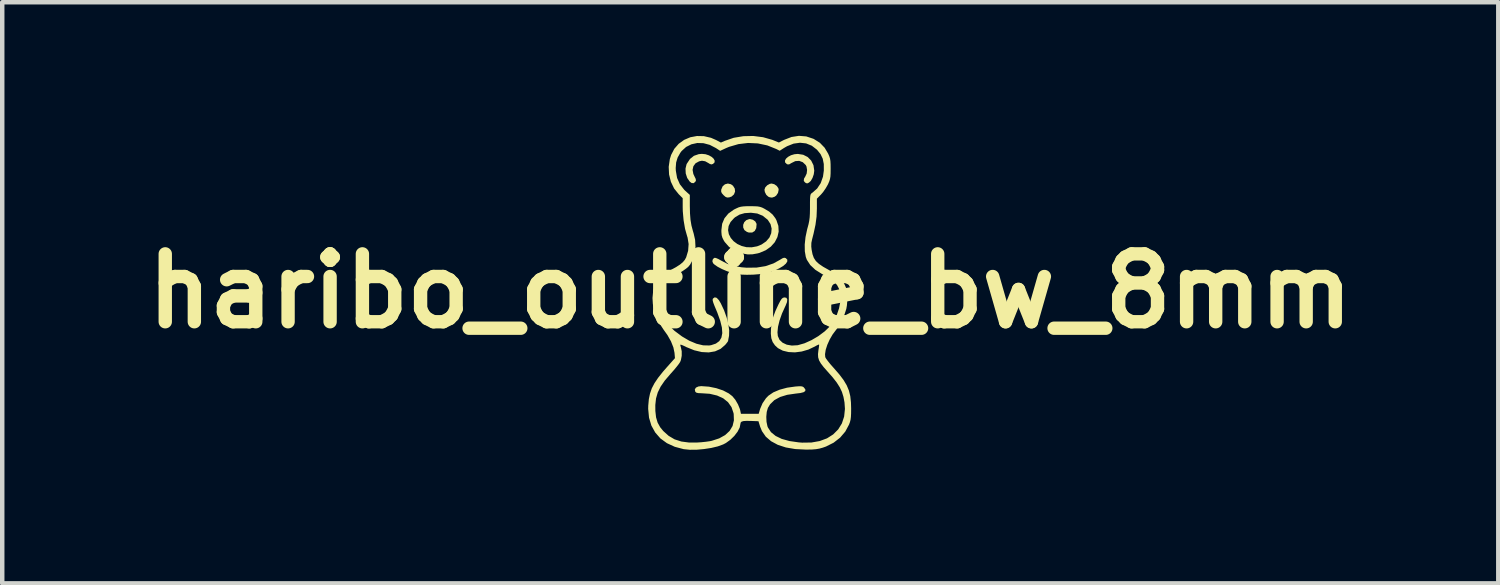
<source format=kicad_pcb>
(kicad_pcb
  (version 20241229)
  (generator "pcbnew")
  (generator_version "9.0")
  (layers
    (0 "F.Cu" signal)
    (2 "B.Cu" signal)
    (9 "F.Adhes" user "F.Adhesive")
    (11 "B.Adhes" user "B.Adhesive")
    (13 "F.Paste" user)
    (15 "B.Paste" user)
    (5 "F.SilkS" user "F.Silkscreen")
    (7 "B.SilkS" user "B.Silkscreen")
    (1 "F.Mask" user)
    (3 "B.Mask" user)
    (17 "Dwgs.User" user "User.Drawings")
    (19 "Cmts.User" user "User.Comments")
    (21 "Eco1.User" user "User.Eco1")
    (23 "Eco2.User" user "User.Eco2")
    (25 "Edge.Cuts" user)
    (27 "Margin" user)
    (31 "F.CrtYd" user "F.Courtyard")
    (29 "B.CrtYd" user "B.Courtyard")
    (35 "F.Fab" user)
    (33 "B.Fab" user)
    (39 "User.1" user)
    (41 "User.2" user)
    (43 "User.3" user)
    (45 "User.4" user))
  (footprint "haribo_outline_bw_8mm"
    (layer "F.Cu")
    (at 13.796 3.485)
    (property "Reference" "haribo_outline_bw_8mm" (at 0 0 0) (layer "F.SilkS") (effects (font (size 1.524 1.524) (thickness 0.3))))
    (attr board_only exclude_from_pos_files exclude_from_bom)
    (fp_poly (pts (xy -0.434 -2.398) (xy -0.388 -2.365) (xy -0.348 -2.301) (xy -0.341 -2.233) (xy -0.366 -2.17) (xy -0.419 -2.122) (xy -0.473 -2.103) (xy -0.52 -2.1) (xy -0.558 -2.116) (xy -0.6 -2.153) (xy -0.64 -2.199) (xy -0.654 -2.238) (xy -0.651 -2.28) (xy -0.62 -2.352) (xy -0.568 -2.397) (xy -0.502 -2.414)) (stroke (width 0) (type solid)) (fill yes) (layer "F.SilkS"))
    (fp_poly (pts (xy 0.059 -1.601) (xy 0.112 -1.564) (xy 0.14 -1.513) (xy 0.142 -1.501) (xy 0.134 -1.412) (xy 0.1 -1.348) (xy 0.044 -1.314) (xy -0.03 -1.313) (xy -0.075 -1.328) (xy -0.131 -1.368) (xy -0.158 -1.425) (xy -0.159 -1.487) (xy -0.135 -1.546) (xy -0.09 -1.591) (xy -0.025 -1.615) (xy -0.004 -1.616)) (stroke (width 0) (type solid)) (fill yes) (layer "F.SilkS"))
    (fp_poly (pts (xy 0.539 -2.399) (xy 0.594 -2.361) (xy 0.63 -2.311) (xy 0.638 -2.276) (xy 0.623 -2.204) (xy 0.583 -2.144) (xy 0.546 -2.117) (xy 0.488 -2.098) (xy 0.438 -2.105) (xy 0.406 -2.118) (xy 0.36 -2.16) (xy 0.328 -2.223) (xy 0.319 -2.276) (xy 0.337 -2.328) (xy 0.381 -2.375) (xy 0.439 -2.407) (xy 0.479 -2.414)) (stroke (width 0) (type solid)) (fill yes) (layer "F.SilkS"))
    (fp_poly (pts (xy -1.004 -3.072) (xy -0.928 -3.047) (xy -0.865 -3.011) (xy -0.82 -2.969) (xy -0.798 -2.925) (xy -0.804 -2.884) (xy -0.839 -2.853) (xy -0.876 -2.843) (xy -0.918 -2.859) (xy -0.933 -2.87) (xy -1.012 -2.914) (xy -1.085 -2.926) (xy -1.147 -2.913) (xy -1.228 -2.869) (xy -1.277 -2.803) (xy -1.295 -2.721) (xy -1.278 -2.629) (xy -1.252 -2.573) (xy -1.225 -2.518) (xy -1.22 -2.481) (xy -1.229 -2.46) (xy -1.269 -2.423) (xy -1.316 -2.425) (xy -1.357 -2.455) (xy -1.416 -2.539) (xy -1.449 -2.641) (xy -1.454 -2.749) (xy -1.43 -2.848) (xy -1.424 -2.859) (xy -1.353 -2.966) (xy -1.264 -3.037) (xy -1.156 -3.074) (xy -1.087 -3.08)) (stroke (width 0) (type solid)) (fill yes) (layer "F.SilkS"))
    (fp_poly (pts (xy 1.189 -3.06) (xy 1.29 -3.009) (xy 1.368 -2.929) (xy 1.419 -2.826) (xy 1.437 -2.703) (xy 1.437 -2.702) (xy 1.426 -2.621) (xy 1.398 -2.54) (xy 1.36 -2.473) (xy 1.318 -2.435) (xy 1.284 -2.418) (xy 1.262 -2.42) (xy 1.232 -2.436) (xy 1.202 -2.472) (xy 1.207 -2.524) (xy 1.237 -2.574) (xy 1.267 -2.639) (xy 1.276 -2.719) (xy 1.263 -2.795) (xy 1.246 -2.829) (xy 1.179 -2.893) (xy 1.099 -2.923) (xy 1.011 -2.917) (xy 0.924 -2.874) (xy 0.92 -2.872) (xy 0.875 -2.845) (xy 0.84 -2.843) (xy 0.82 -2.852) (xy 0.783 -2.887) (xy 0.779 -2.929) (xy 0.803 -2.973) (xy 0.85 -3.014) (xy 0.914 -3.049) (xy 0.992 -3.072) (xy 1.068 -3.079)) (stroke (width 0) (type solid)) (fill yes) (layer "F.SilkS"))
    (fp_poly (pts (xy 0.791 -0.742) (xy 0.797 -0.739) (xy 0.832 -0.705) (xy 0.831 -0.662) (xy 0.799 -0.614) (xy 0.738 -0.562) (xy 0.652 -0.51) (xy 0.544 -0.46) (xy 0.429 -0.419) (xy 0.33 -0.396) (xy 0.205 -0.379) (xy 0.066 -0.368) (xy -0.074 -0.365) (xy -0.202 -0.369) (xy -0.293 -0.38) (xy -0.405 -0.407) (xy -0.523 -0.446) (xy -0.635 -0.494) (xy -0.734 -0.546) (xy -0.808 -0.598) (xy -0.835 -0.625) (xy -0.851 -0.67) (xy -0.839 -0.717) (xy -0.805 -0.746) (xy -0.773 -0.743) (xy -0.718 -0.72) (xy -0.659 -0.687) (xy -0.516 -0.612) (xy -0.364 -0.562) (xy -0.193 -0.533) (xy -0.08 -0.524) (xy 0.143 -0.527) (xy 0.342 -0.559) (xy 0.52 -0.62) (xy 0.665 -0.7) (xy 0.722 -0.735) (xy 0.76 -0.748)) (stroke (width 0) (type solid)) (fill yes) (layer "F.SilkS"))
    (fp_poly (pts (xy 0.098 -1.904) (xy 0.168 -1.9) (xy 0.22 -1.89) (xy 0.267 -1.874) (xy 0.311 -1.852) (xy 0.422 -1.786) (xy 0.502 -1.717) (xy 0.563 -1.636) (xy 0.587 -1.592) (xy 0.631 -1.463) (xy 0.638 -1.335) (xy 0.61 -1.212) (xy 0.551 -1.097) (xy 0.462 -0.997) (xy 0.347 -0.916) (xy 0.208 -0.857) (xy 0.163 -0.845) (xy 0.044 -0.824) (xy -0.061 -0.823) (xy -0.173 -0.843) (xy -0.196 -0.849) (xy -0.351 -0.907) (xy -0.476 -0.991) (xy -0.573 -1.101) (xy -0.594 -1.134) (xy -0.625 -1.195) (xy -0.642 -1.254) (xy -0.648 -1.327) (xy -0.648 -1.367) (xy -0.648 -1.367) (xy -0.498 -1.367) (xy -0.481 -1.277) (xy -0.438 -1.193) (xy -0.374 -1.119) (xy -0.291 -1.057) (xy -0.194 -1.012) (xy -0.085 -0.985) (xy 0.032 -0.982) (xy 0.154 -1.004) (xy 0.254 -1.045) (xy 0.356 -1.115) (xy 0.43 -1.201) (xy 0.471 -1.299) (xy 0.48 -1.402) (xy 0.455 -1.503) (xy 0.395 -1.596) (xy 0.385 -1.606) (xy 0.279 -1.691) (xy 0.157 -1.741) (xy 0.016 -1.758) (xy 0.011 -1.758) (xy -0.127 -1.749) (xy -0.239 -1.717) (xy -0.336 -1.66) (xy -0.362 -1.639) (xy -0.442 -1.551) (xy -0.486 -1.46) (xy -0.498 -1.367) (xy -0.648 -1.367) (xy -0.631 -1.51) (xy -0.579 -1.634) (xy -0.492 -1.74) (xy -0.369 -1.828) (xy -0.319 -1.853) (xy -0.264 -1.878) (xy -0.212 -1.893) (xy -0.153 -1.901) (xy -0.074 -1.905) (xy 0 -1.905)) (stroke (width 0) (type solid)) (fill yes) (layer "F.SilkS"))
    (fp_poly (pts (xy 1.257 -3.472) (xy 1.417 -3.419) (xy 1.429 -3.413) (xy 1.563 -3.329) (xy 1.67 -3.218) (xy 1.75 -3.083) (xy 1.775 -3.025) (xy 1.791 -2.974) (xy 1.8 -2.919) (xy 1.804 -2.847) (xy 1.805 -2.747) (xy 1.805 -2.744) (xy 1.804 -2.643) (xy 1.8 -2.571) (xy 1.79 -2.515) (xy 1.774 -2.463) (xy 1.748 -2.403) (xy 1.744 -2.394) (xy 1.696 -2.31) (xy 1.637 -2.224) (xy 1.59 -2.169) (xy 1.496 -2.074) (xy 1.496 -1.85) (xy 1.489 -1.672) (xy 1.465 -1.491) (xy 1.423 -1.295) (xy 1.389 -1.163) (xy 1.372 -1.082) (xy 1.37 -0.999) (xy 1.378 -0.928) (xy 1.398 -0.826) (xy 1.428 -0.743) (xy 1.474 -0.673) (xy 1.542 -0.61) (xy 1.637 -0.545) (xy 1.749 -0.482) (xy 1.867 -0.415) (xy 1.956 -0.355) (xy 2.022 -0.294) (xy 2.074 -0.226) (xy 2.117 -0.149) (xy 2.151 -0.072) (xy 2.171 -0.006) (xy 2.18 0.069) (xy 2.181 0.134) (xy 2.178 0.228) (xy 2.17 0.324) (xy 2.157 0.399) (xy 2.12 0.515) (xy 2.068 0.64) (xy 2.005 0.758) (xy 1.94 0.855) (xy 1.925 0.874) (xy 1.849 0.975) (xy 1.783 1.089) (xy 1.73 1.207) (xy 1.694 1.319) (xy 1.679 1.418) (xy 1.684 1.484) (xy 1.701 1.516) (xy 1.741 1.57) (xy 1.796 1.639) (xy 1.863 1.715) (xy 1.874 1.727) (xy 1.999 1.871) (xy 2.095 1.998) (xy 2.166 2.117) (xy 2.215 2.235) (xy 2.246 2.36) (xy 2.261 2.5) (xy 2.265 2.634) (xy 2.264 2.745) (xy 2.26 2.827) (xy 2.252 2.89) (xy 2.238 2.944) (xy 2.218 2.998) (xy 2.134 3.155) (xy 2.017 3.292) (xy 1.872 3.405) (xy 1.701 3.491) (xy 1.627 3.517) (xy 1.551 3.538) (xy 1.475 3.551) (xy 1.388 3.558) (xy 1.276 3.56) (xy 1.247 3.56) (xy 1.009 3.548) (xy 0.799 3.512) (xy 0.618 3.453) (xy 0.468 3.372) (xy 0.349 3.27) (xy 0.263 3.146) (xy 0.222 3.046) (xy 0.184 2.923) (xy 0.027 2.917) (xy -0.078 2.915) (xy -0.15 2.919) (xy -0.194 2.932) (xy -0.215 2.953) (xy -0.22 2.978) (xy -0.237 3.064) (xy -0.285 3.158) (xy -0.357 3.252) (xy -0.446 3.339) (xy -0.547 3.412) (xy -0.608 3.444) (xy -0.729 3.488) (xy -0.876 3.523) (xy -1.038 3.548) (xy -1.203 3.563) (xy -1.357 3.564) (xy -1.489 3.551) (xy -1.492 3.551) (xy -1.695 3.497) (xy -1.871 3.416) (xy -2.018 3.309) (xy -2.134 3.176) (xy -2.22 3.021) (xy -2.273 2.844) (xy -2.292 2.646) (xy -2.29 2.566) (xy -2.289 2.559) (xy -2.132 2.559) (xy -2.131 2.693) (xy -2.115 2.836) (xy -2.08 2.954) (xy -2.022 3.059) (xy -1.953 3.143) (xy -1.833 3.251) (xy -1.699 3.33) (xy -1.546 3.379) (xy -1.37 3.402) (xy -1.207 3.402) (xy -1.101 3.395) (xy -0.995 3.384) (xy -0.904 3.371) (xy -0.863 3.362) (xy -0.697 3.308) (xy -0.564 3.234) (xy -0.464 3.141) (xy -0.397 3.03) (xy -0.367 2.903) (xy -0.372 2.762) (xy -0.376 2.74) (xy -0.421 2.607) (xy -0.499 2.496) (xy -0.607 2.409) (xy -0.745 2.346) (xy -0.91 2.307) (xy -1.092 2.295) (xy -1.164 2.292) (xy -1.207 2.283) (xy -1.231 2.265) (xy -1.235 2.258) (xy -1.245 2.208) (xy -1.219 2.168) (xy -1.165 2.143) (xy -1.101 2.135) (xy -0.929 2.147) (xy -0.762 2.181) (xy -0.61 2.232) (xy -0.482 2.299) (xy -0.402 2.361) (xy -0.335 2.442) (xy -0.275 2.546) (xy -0.232 2.652) (xy -0.224 2.685) (xy -0.209 2.757) (xy 0.189 2.757) (xy 0.222 2.645) (xy 0.276 2.519) (xy 0.354 2.405) (xy 0.409 2.349) (xy 0.518 2.275) (xy 0.66 2.215) (xy 0.827 2.17) (xy 1.012 2.144) (xy 1.095 2.138) (xy 1.148 2.139) (xy 1.181 2.148) (xy 1.203 2.164) (xy 1.237 2.209) (xy 1.236 2.244) (xy 1.199 2.271) (xy 1.125 2.29) (xy 1.023 2.302) (xy 0.83 2.33) (xy 0.669 2.379) (xy 0.54 2.45) (xy 0.445 2.543) (xy 0.396 2.624) (xy 0.37 2.714) (xy 0.36 2.824) (xy 0.365 2.937) (xy 0.386 3.037) (xy 0.397 3.064) (xy 0.465 3.168) (xy 0.569 3.253) (xy 0.707 3.32) (xy 0.88 3.368) (xy 1.088 3.398) (xy 1.167 3.404) (xy 1.374 3.401) (xy 1.56 3.368) (xy 1.724 3.307) (xy 1.862 3.219) (xy 1.974 3.107) (xy 2.057 2.973) (xy 2.108 2.818) (xy 2.126 2.646) (xy 2.116 2.501) (xy 2.093 2.377) (xy 2.059 2.266) (xy 2.009 2.16) (xy 1.94 2.052) (xy 1.847 1.933) (xy 1.737 1.809) (xy 1.648 1.708) (xy 1.585 1.626) (xy 1.545 1.556) (xy 1.525 1.489) (xy 1.521 1.417) (xy 1.53 1.334) (xy 1.531 1.327) (xy 1.541 1.263) (xy 1.546 1.217) (xy 1.545 1.2) (xy 1.526 1.206) (xy 1.484 1.226) (xy 1.453 1.244) (xy 1.306 1.314) (xy 1.154 1.358) (xy 1.004 1.377) (xy 0.86 1.37) (xy 0.731 1.339) (xy 0.622 1.282) (xy 0.555 1.22) (xy 0.503 1.145) (xy 0.473 1.06) (xy 0.462 0.956) (xy 0.465 0.85) (xy 0.481 0.717) (xy 0.514 0.586) (xy 0.566 0.446) (xy 0.634 0.299) (xy 0.674 0.223) (xy 0.704 0.177) (xy 0.731 0.153) (xy 0.761 0.144) (xy 0.763 0.143) (xy 0.81 0.151) (xy 0.831 0.187) (xy 0.825 0.248) (xy 0.792 0.332) (xy 0.787 0.341) (xy 0.713 0.504) (xy 0.658 0.66) (xy 0.623 0.803) (xy 0.611 0.926) (xy 0.619 1.01) (xy 0.657 1.095) (xy 0.726 1.16) (xy 0.819 1.204) (xy 0.932 1.224) (xy 1.058 1.217) (xy 1.071 1.215) (xy 1.218 1.173) (xy 1.374 1.103) (xy 1.529 1.012) (xy 1.672 0.905) (xy 1.785 0.796) (xy 1.871 0.679) (xy 1.942 0.54) (xy 1.993 0.39) (xy 2.022 0.24) (xy 2.025 0.1) (xy 2.017 0.037) (xy 1.991 -0.054) (xy 1.95 -0.132) (xy 1.89 -0.202) (xy 1.805 -0.269) (xy 1.69 -0.34) (xy 1.612 -0.382) (xy 1.461 -0.477) (xy 1.348 -0.583) (xy 1.271 -0.701) (xy 1.247 -0.766) (xy 1.225 -0.893) (xy 1.223 -1.045) (xy 1.241 -1.213) (xy 1.278 -1.388) (xy 1.286 -1.417) (xy 1.309 -1.502) (xy 1.324 -1.576) (xy 1.334 -1.652) (xy 1.339 -1.742) (xy 1.341 -1.857) (xy 1.341 -1.89) (xy 1.341 -2.001) (xy 1.343 -2.08) (xy 1.347 -2.132) (xy 1.354 -2.165) (xy 1.365 -2.185) (xy 1.382 -2.2) (xy 1.393 -2.207) (xy 1.501 -2.301) (xy 1.582 -2.423) (xy 1.633 -2.568) (xy 1.652 -2.706) (xy 1.651 -2.852) (xy 1.627 -2.972) (xy 1.578 -3.075) (xy 1.501 -3.17) (xy 1.496 -3.175) (xy 1.382 -3.263) (xy 1.254 -3.315) (xy 1.117 -3.33) (xy 0.973 -3.31) (xy 0.827 -3.252) (xy 0.759 -3.213) (xy 0.661 -3.15) (xy 0.585 -3.189) (xy 0.383 -3.27) (xy 0.17 -3.315) (xy -0.049 -3.325) (xy -0.266 -3.299) (xy -0.475 -3.238) (xy -0.54 -3.211) (xy -0.676 -3.148) (xy -0.772 -3.211) (xy -0.909 -3.282) (xy -1.051 -3.32) (xy -1.19 -3.324) (xy -1.322 -3.295) (xy -1.441 -3.235) (xy -1.541 -3.144) (xy -1.571 -3.104) (xy -1.631 -2.997) (xy -1.664 -2.888) (xy -1.674 -2.762) (xy -1.671 -2.7) (xy -1.643 -2.539) (xy -1.58 -2.397) (xy -1.482 -2.273) (xy -1.456 -2.248) (xy -1.357 -2.159) (xy -1.357 -1.911) (xy -1.353 -1.743) (xy -1.342 -1.601) (xy -1.321 -1.474) (xy -1.288 -1.349) (xy -1.272 -1.297) (xy -1.238 -1.148) (xy -1.23 -0.994) (xy -1.247 -0.845) (xy -1.288 -0.708) (xy -1.351 -0.593) (xy -1.394 -0.541) (xy -1.446 -0.499) (xy -1.52 -0.448) (xy -1.604 -0.397) (xy -1.636 -0.379) (xy -1.78 -0.295) (xy -1.887 -0.214) (xy -1.964 -0.128) (xy -2.012 -0.034) (xy -2.036 0.073) (xy -2.04 0.17) (xy -2.02 0.348) (xy -1.965 0.523) (xy -1.88 0.686) (xy -1.77 0.828) (xy -1.7 0.894) (xy -1.533 1.019) (xy -1.368 1.116) (xy -1.208 1.183) (xy -1.058 1.219) (xy -0.921 1.222) (xy -0.877 1.215) (xy -0.772 1.18) (xy -0.695 1.124) (xy -0.648 1.046) (xy -0.628 0.945) (xy -0.637 0.819) (xy -0.674 0.668) (xy -0.738 0.489) (xy -0.761 0.433) (xy -0.803 0.333) (xy -0.83 0.262) (xy -0.843 0.215) (xy -0.844 0.185) (xy -0.837 0.168) (xy -0.797 0.141) (xy -0.753 0.153) (xy -0.705 0.204) (xy -0.662 0.275) (xy -0.588 0.432) (xy -0.531 0.591) (xy -0.492 0.744) (xy -0.473 0.883) (xy -0.476 0.999) (xy -0.479 1.018) (xy -0.49 1.074) (xy -0.497 1.114) (xy -0.498 1.122) (xy -0.511 1.144) (xy -0.542 1.184) (xy -0.564 1.21) (xy -0.666 1.298) (xy -0.79 1.354) (xy -0.932 1.378) (xy -1.089 1.37) (xy -1.258 1.33) (xy -1.436 1.258) (xy -1.454 1.248) (xy -1.512 1.221) (xy -1.554 1.205) (xy -1.569 1.203) (xy -1.569 1.226) (xy -1.557 1.266) (xy -1.539 1.352) (xy -1.539 1.454) (xy -1.557 1.549) (xy -1.574 1.592) (xy -1.602 1.635) (xy -1.651 1.698) (xy -1.714 1.774) (xy -1.785 1.854) (xy -1.794 1.864) (xy -1.919 2.01) (xy -2.012 2.145) (xy -2.077 2.277) (xy -2.116 2.412) (xy -2.132 2.559) (xy -2.289 2.559) (xy -2.277 2.427) (xy -2.251 2.302) (xy -2.211 2.185) (xy -2.151 2.07) (xy -2.069 1.948) (xy -1.962 1.813) (xy -1.879 1.718) (xy -1.691 1.507) (xy -1.701 1.387) (xy -1.726 1.266) (xy -1.78 1.13) (xy -1.86 0.988) (xy -1.943 0.872) (xy -2.063 0.689) (xy -2.144 0.496) (xy -2.187 0.293) (xy -2.195 0.156) (xy -2.18 -0.005) (xy -2.136 -0.145) (xy -2.059 -0.266) (xy -1.947 -0.371) (xy -1.799 -0.465) (xy -1.788 -0.471) (xy -1.667 -0.537) (xy -1.577 -0.595) (xy -1.513 -0.648) (xy -1.468 -0.703) (xy -1.439 -0.757) (xy -1.395 -0.904) (xy -1.384 -1.055) (xy -1.407 -1.2) (xy -1.416 -1.227) (xy -1.464 -1.397) (xy -1.497 -1.591) (xy -1.515 -1.794) (xy -1.517 -1.883) (xy -1.517 -2.085) (xy -1.607 -2.175) (xy -1.71 -2.303) (xy -1.782 -2.453) (xy -1.823 -2.617) (xy -1.831 -2.789) (xy -1.806 -2.962) (xy -1.777 -3.056) (xy -1.705 -3.194) (xy -1.606 -3.307) (xy -1.485 -3.394) (xy -1.347 -3.453) (xy -1.197 -3.481) (xy -1.041 -3.478) (xy -0.882 -3.441) (xy -0.767 -3.391) (xy -0.659 -3.334) (xy -0.572 -3.372) (xy -0.372 -3.441) (xy -0.155 -3.477) (xy 0.067 -3.482) (xy 0.287 -3.454) (xy 0.495 -3.395) (xy 0.517 -3.386) (xy 0.643 -3.335) (xy 0.759 -3.394) (xy 0.926 -3.459) (xy 1.093 -3.485)) (stroke (width 0) (type solid)) (fill yes) (layer "F.SilkS")))
  (gr_rect
    (start -3 -3)
    (end 30.592 10.049)
    (stroke (width 0.1) (type default))
    (fill no)
    (layer "Edge.Cuts")))
</source>
